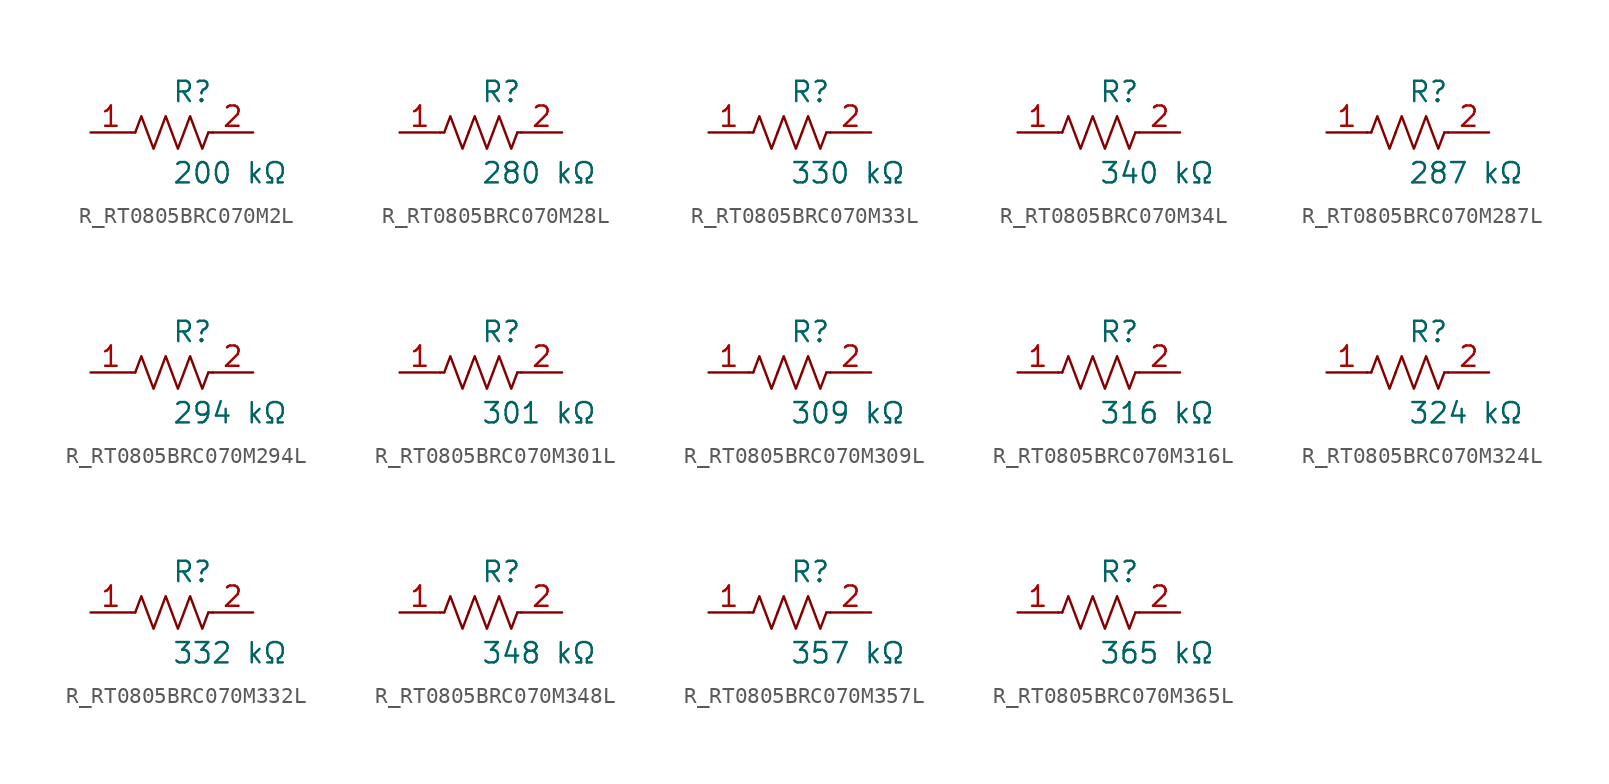
<source format=kicad_sym>
(kicad_symbol_lib
  (version 20231120)
  (generator kicad_symbol_editor)
  (generator_version 8.0)
  (symbol "R_RT0805BRC070M2L"
    (pin_names
      (offset 0.254))
    (property "Reference" "R"
      (at 0.0 2.54 0)
      (effects (font (size 1.27 1.27)) (justify left)))
    (property "Value" "200 kΩ"
      (at 0.0 -2.54 0)
      (effects (font (size 1.27 1.27)) (justify left)))
    (symbol "R_RT0805BRC070M2L_0_1"
      (polyline (pts (xy 2.286 0) (xy 2.54 0)) (stroke (width 0) (type default)) (fill (type none)))
      (polyline (pts (xy -2.286 0) (xy -2.54 0)) (stroke (width 0) (type default)) (fill (type none)))
      (polyline (pts (xy 0.762 0) (xy 1.143 1.016) (xy 1.524 0) (xy 1.905 -1.016) (xy 2.286 0)) (stroke (width 0) (type default)) (fill (type none)))
      (polyline (pts (xy -0.762 0) (xy -0.381 1.016) (xy 0 0) (xy 0.381 -1.016) (xy 0.762 0)) (stroke (width 0) (type default)) (fill (type none)))
      (polyline (pts (xy -2.286 0) (xy -1.905 1.016) (xy -1.524 0) (xy -1.143 -1.016) (xy -0.762 0)) (stroke (width 0) (type default)) (fill (type none))))
    (pin unspecified line
      (at -5.08 0 0)
      (length 2.54)
      (name "" (effects (font (size 1.27 1.27))))
      (number "1" (effects (font (size 1.27 1.27)))))
    (pin unspecified line
      (at 5.08 0 180)
      (length 2.54)
      (name "" (effects (font (size 1.27 1.27))))
      (number "2" (effects (font (size 1.27 1.27))))))
  (symbol "R_RT0805BRC070M28L"
    (pin_names
      (offset 0.254))
    (property "Reference" "R"
      (at 0.0 2.54 0)
      (effects (font (size 1.27 1.27)) (justify left)))
    (property "Value" "280 kΩ"
      (at 0.0 -2.54 0)
      (effects (font (size 1.27 1.27)) (justify left)))
    (symbol "R_RT0805BRC070M28L_0_1"
      (polyline (pts (xy 2.286 0) (xy 2.54 0)) (stroke (width 0) (type default)) (fill (type none)))
      (polyline (pts (xy -2.286 0) (xy -2.54 0)) (stroke (width 0) (type default)) (fill (type none)))
      (polyline (pts (xy 0.762 0) (xy 1.143 1.016) (xy 1.524 0) (xy 1.905 -1.016) (xy 2.286 0)) (stroke (width 0) (type default)) (fill (type none)))
      (polyline (pts (xy -0.762 0) (xy -0.381 1.016) (xy 0 0) (xy 0.381 -1.016) (xy 0.762 0)) (stroke (width 0) (type default)) (fill (type none)))
      (polyline (pts (xy -2.286 0) (xy -1.905 1.016) (xy -1.524 0) (xy -1.143 -1.016) (xy -0.762 0)) (stroke (width 0) (type default)) (fill (type none))))
    (pin unspecified line
      (at -5.08 0 0)
      (length 2.54)
      (name "" (effects (font (size 1.27 1.27))))
      (number "1" (effects (font (size 1.27 1.27)))))
    (pin unspecified line
      (at 5.08 0 180)
      (length 2.54)
      (name "" (effects (font (size 1.27 1.27))))
      (number "2" (effects (font (size 1.27 1.27))))))
  (symbol "R_RT0805BRC070M33L"
    (pin_names
      (offset 0.254))
    (property "Reference" "R"
      (at 0.0 2.54 0)
      (effects (font (size 1.27 1.27)) (justify left)))
    (property "Value" "330 kΩ"
      (at 0.0 -2.54 0)
      (effects (font (size 1.27 1.27)) (justify left)))
    (symbol "R_RT0805BRC070M33L_0_1"
      (polyline (pts (xy 2.286 0) (xy 2.54 0)) (stroke (width 0) (type default)) (fill (type none)))
      (polyline (pts (xy -2.286 0) (xy -2.54 0)) (stroke (width 0) (type default)) (fill (type none)))
      (polyline (pts (xy 0.762 0) (xy 1.143 1.016) (xy 1.524 0) (xy 1.905 -1.016) (xy 2.286 0)) (stroke (width 0) (type default)) (fill (type none)))
      (polyline (pts (xy -0.762 0) (xy -0.381 1.016) (xy 0 0) (xy 0.381 -1.016) (xy 0.762 0)) (stroke (width 0) (type default)) (fill (type none)))
      (polyline (pts (xy -2.286 0) (xy -1.905 1.016) (xy -1.524 0) (xy -1.143 -1.016) (xy -0.762 0)) (stroke (width 0) (type default)) (fill (type none))))
    (pin unspecified line
      (at -5.08 0 0)
      (length 2.54)
      (name "" (effects (font (size 1.27 1.27))))
      (number "1" (effects (font (size 1.27 1.27)))))
    (pin unspecified line
      (at 5.08 0 180)
      (length 2.54)
      (name "" (effects (font (size 1.27 1.27))))
      (number "2" (effects (font (size 1.27 1.27))))))
  (symbol "R_RT0805BRC070M34L"
    (pin_names
      (offset 0.254))
    (property "Reference" "R"
      (at 0.0 2.54 0)
      (effects (font (size 1.27 1.27)) (justify left)))
    (property "Value" "340 kΩ"
      (at 0.0 -2.54 0)
      (effects (font (size 1.27 1.27)) (justify left)))
    (symbol "R_RT0805BRC070M34L_0_1"
      (polyline (pts (xy 2.286 0) (xy 2.54 0)) (stroke (width 0) (type default)) (fill (type none)))
      (polyline (pts (xy -2.286 0) (xy -2.54 0)) (stroke (width 0) (type default)) (fill (type none)))
      (polyline (pts (xy 0.762 0) (xy 1.143 1.016) (xy 1.524 0) (xy 1.905 -1.016) (xy 2.286 0)) (stroke (width 0) (type default)) (fill (type none)))
      (polyline (pts (xy -0.762 0) (xy -0.381 1.016) (xy 0 0) (xy 0.381 -1.016) (xy 0.762 0)) (stroke (width 0) (type default)) (fill (type none)))
      (polyline (pts (xy -2.286 0) (xy -1.905 1.016) (xy -1.524 0) (xy -1.143 -1.016) (xy -0.762 0)) (stroke (width 0) (type default)) (fill (type none))))
    (pin unspecified line
      (at -5.08 0 0)
      (length 2.54)
      (name "" (effects (font (size 1.27 1.27))))
      (number "1" (effects (font (size 1.27 1.27)))))
    (pin unspecified line
      (at 5.08 0 180)
      (length 2.54)
      (name "" (effects (font (size 1.27 1.27))))
      (number "2" (effects (font (size 1.27 1.27))))))
  (symbol "R_RT0805BRC070M287L"
    (pin_names
      (offset 0.254))
    (property "Reference" "R"
      (at 0.0 2.54 0)
      (effects (font (size 1.27 1.27)) (justify left)))
    (property "Value" "287 kΩ"
      (at 0.0 -2.54 0)
      (effects (font (size 1.27 1.27)) (justify left)))
    (symbol "R_RT0805BRC070M287L_0_1"
      (polyline (pts (xy 2.286 0) (xy 2.54 0)) (stroke (width 0) (type default)) (fill (type none)))
      (polyline (pts (xy -2.286 0) (xy -2.54 0)) (stroke (width 0) (type default)) (fill (type none)))
      (polyline (pts (xy 0.762 0) (xy 1.143 1.016) (xy 1.524 0) (xy 1.905 -1.016) (xy 2.286 0)) (stroke (width 0) (type default)) (fill (type none)))
      (polyline (pts (xy -0.762 0) (xy -0.381 1.016) (xy 0 0) (xy 0.381 -1.016) (xy 0.762 0)) (stroke (width 0) (type default)) (fill (type none)))
      (polyline (pts (xy -2.286 0) (xy -1.905 1.016) (xy -1.524 0) (xy -1.143 -1.016) (xy -0.762 0)) (stroke (width 0) (type default)) (fill (type none))))
    (pin unspecified line
      (at -5.08 0 0)
      (length 2.54)
      (name "" (effects (font (size 1.27 1.27))))
      (number "1" (effects (font (size 1.27 1.27)))))
    (pin unspecified line
      (at 5.08 0 180)
      (length 2.54)
      (name "" (effects (font (size 1.27 1.27))))
      (number "2" (effects (font (size 1.27 1.27))))))
  (symbol "R_RT0805BRC070M294L"
    (pin_names
      (offset 0.254))
    (property "Reference" "R"
      (at 0.0 2.54 0)
      (effects (font (size 1.27 1.27)) (justify left)))
    (property "Value" "294 kΩ"
      (at 0.0 -2.54 0)
      (effects (font (size 1.27 1.27)) (justify left)))
    (symbol "R_RT0805BRC070M294L_0_1"
      (polyline (pts (xy 2.286 0) (xy 2.54 0)) (stroke (width 0) (type default)) (fill (type none)))
      (polyline (pts (xy -2.286 0) (xy -2.54 0)) (stroke (width 0) (type default)) (fill (type none)))
      (polyline (pts (xy 0.762 0) (xy 1.143 1.016) (xy 1.524 0) (xy 1.905 -1.016) (xy 2.286 0)) (stroke (width 0) (type default)) (fill (type none)))
      (polyline (pts (xy -0.762 0) (xy -0.381 1.016) (xy 0 0) (xy 0.381 -1.016) (xy 0.762 0)) (stroke (width 0) (type default)) (fill (type none)))
      (polyline (pts (xy -2.286 0) (xy -1.905 1.016) (xy -1.524 0) (xy -1.143 -1.016) (xy -0.762 0)) (stroke (width 0) (type default)) (fill (type none))))
    (pin unspecified line
      (at -5.08 0 0)
      (length 2.54)
      (name "" (effects (font (size 1.27 1.27))))
      (number "1" (effects (font (size 1.27 1.27)))))
    (pin unspecified line
      (at 5.08 0 180)
      (length 2.54)
      (name "" (effects (font (size 1.27 1.27))))
      (number "2" (effects (font (size 1.27 1.27))))))
  (symbol "R_RT0805BRC070M301L"
    (pin_names
      (offset 0.254))
    (property "Reference" "R"
      (at 0.0 2.54 0)
      (effects (font (size 1.27 1.27)) (justify left)))
    (property "Value" "301 kΩ"
      (at 0.0 -2.54 0)
      (effects (font (size 1.27 1.27)) (justify left)))
    (symbol "R_RT0805BRC070M301L_0_1"
      (polyline (pts (xy 2.286 0) (xy 2.54 0)) (stroke (width 0) (type default)) (fill (type none)))
      (polyline (pts (xy -2.286 0) (xy -2.54 0)) (stroke (width 0) (type default)) (fill (type none)))
      (polyline (pts (xy 0.762 0) (xy 1.143 1.016) (xy 1.524 0) (xy 1.905 -1.016) (xy 2.286 0)) (stroke (width 0) (type default)) (fill (type none)))
      (polyline (pts (xy -0.762 0) (xy -0.381 1.016) (xy 0 0) (xy 0.381 -1.016) (xy 0.762 0)) (stroke (width 0) (type default)) (fill (type none)))
      (polyline (pts (xy -2.286 0) (xy -1.905 1.016) (xy -1.524 0) (xy -1.143 -1.016) (xy -0.762 0)) (stroke (width 0) (type default)) (fill (type none))))
    (pin unspecified line
      (at -5.08 0 0)
      (length 2.54)
      (name "" (effects (font (size 1.27 1.27))))
      (number "1" (effects (font (size 1.27 1.27)))))
    (pin unspecified line
      (at 5.08 0 180)
      (length 2.54)
      (name "" (effects (font (size 1.27 1.27))))
      (number "2" (effects (font (size 1.27 1.27))))))
  (symbol "R_RT0805BRC070M309L"
    (pin_names
      (offset 0.254))
    (property "Reference" "R"
      (at 0.0 2.54 0)
      (effects (font (size 1.27 1.27)) (justify left)))
    (property "Value" "309 kΩ"
      (at 0.0 -2.54 0)
      (effects (font (size 1.27 1.27)) (justify left)))
    (symbol "R_RT0805BRC070M309L_0_1"
      (polyline (pts (xy 2.286 0) (xy 2.54 0)) (stroke (width 0) (type default)) (fill (type none)))
      (polyline (pts (xy -2.286 0) (xy -2.54 0)) (stroke (width 0) (type default)) (fill (type none)))
      (polyline (pts (xy 0.762 0) (xy 1.143 1.016) (xy 1.524 0) (xy 1.905 -1.016) (xy 2.286 0)) (stroke (width 0) (type default)) (fill (type none)))
      (polyline (pts (xy -0.762 0) (xy -0.381 1.016) (xy 0 0) (xy 0.381 -1.016) (xy 0.762 0)) (stroke (width 0) (type default)) (fill (type none)))
      (polyline (pts (xy -2.286 0) (xy -1.905 1.016) (xy -1.524 0) (xy -1.143 -1.016) (xy -0.762 0)) (stroke (width 0) (type default)) (fill (type none))))
    (pin unspecified line
      (at -5.08 0 0)
      (length 2.54)
      (name "" (effects (font (size 1.27 1.27))))
      (number "1" (effects (font (size 1.27 1.27)))))
    (pin unspecified line
      (at 5.08 0 180)
      (length 2.54)
      (name "" (effects (font (size 1.27 1.27))))
      (number "2" (effects (font (size 1.27 1.27))))))
  (symbol "R_RT0805BRC070M316L"
    (pin_names
      (offset 0.254))
    (property "Reference" "R"
      (at 0.0 2.54 0)
      (effects (font (size 1.27 1.27)) (justify left)))
    (property "Value" "316 kΩ"
      (at 0.0 -2.54 0)
      (effects (font (size 1.27 1.27)) (justify left)))
    (symbol "R_RT0805BRC070M316L_0_1"
      (polyline (pts (xy 2.286 0) (xy 2.54 0)) (stroke (width 0) (type default)) (fill (type none)))
      (polyline (pts (xy -2.286 0) (xy -2.54 0)) (stroke (width 0) (type default)) (fill (type none)))
      (polyline (pts (xy 0.762 0) (xy 1.143 1.016) (xy 1.524 0) (xy 1.905 -1.016) (xy 2.286 0)) (stroke (width 0) (type default)) (fill (type none)))
      (polyline (pts (xy -0.762 0) (xy -0.381 1.016) (xy 0 0) (xy 0.381 -1.016) (xy 0.762 0)) (stroke (width 0) (type default)) (fill (type none)))
      (polyline (pts (xy -2.286 0) (xy -1.905 1.016) (xy -1.524 0) (xy -1.143 -1.016) (xy -0.762 0)) (stroke (width 0) (type default)) (fill (type none))))
    (pin unspecified line
      (at -5.08 0 0)
      (length 2.54)
      (name "" (effects (font (size 1.27 1.27))))
      (number "1" (effects (font (size 1.27 1.27)))))
    (pin unspecified line
      (at 5.08 0 180)
      (length 2.54)
      (name "" (effects (font (size 1.27 1.27))))
      (number "2" (effects (font (size 1.27 1.27))))))
  (symbol "R_RT0805BRC070M324L"
    (pin_names
      (offset 0.254))
    (property "Reference" "R"
      (at 0.0 2.54 0)
      (effects (font (size 1.27 1.27)) (justify left)))
    (property "Value" "324 kΩ"
      (at 0.0 -2.54 0)
      (effects (font (size 1.27 1.27)) (justify left)))
    (symbol "R_RT0805BRC070M324L_0_1"
      (polyline (pts (xy 2.286 0) (xy 2.54 0)) (stroke (width 0) (type default)) (fill (type none)))
      (polyline (pts (xy -2.286 0) (xy -2.54 0)) (stroke (width 0) (type default)) (fill (type none)))
      (polyline (pts (xy 0.762 0) (xy 1.143 1.016) (xy 1.524 0) (xy 1.905 -1.016) (xy 2.286 0)) (stroke (width 0) (type default)) (fill (type none)))
      (polyline (pts (xy -0.762 0) (xy -0.381 1.016) (xy 0 0) (xy 0.381 -1.016) (xy 0.762 0)) (stroke (width 0) (type default)) (fill (type none)))
      (polyline (pts (xy -2.286 0) (xy -1.905 1.016) (xy -1.524 0) (xy -1.143 -1.016) (xy -0.762 0)) (stroke (width 0) (type default)) (fill (type none))))
    (pin unspecified line
      (at -5.08 0 0)
      (length 2.54)
      (name "" (effects (font (size 1.27 1.27))))
      (number "1" (effects (font (size 1.27 1.27)))))
    (pin unspecified line
      (at 5.08 0 180)
      (length 2.54)
      (name "" (effects (font (size 1.27 1.27))))
      (number "2" (effects (font (size 1.27 1.27))))))
  (symbol "R_RT0805BRC070M332L"
    (pin_names
      (offset 0.254))
    (property "Reference" "R"
      (at 0.0 2.54 0)
      (effects (font (size 1.27 1.27)) (justify left)))
    (property "Value" "332 kΩ"
      (at 0.0 -2.54 0)
      (effects (font (size 1.27 1.27)) (justify left)))
    (symbol "R_RT0805BRC070M332L_0_1"
      (polyline (pts (xy 2.286 0) (xy 2.54 0)) (stroke (width 0) (type default)) (fill (type none)))
      (polyline (pts (xy -2.286 0) (xy -2.54 0)) (stroke (width 0) (type default)) (fill (type none)))
      (polyline (pts (xy 0.762 0) (xy 1.143 1.016) (xy 1.524 0) (xy 1.905 -1.016) (xy 2.286 0)) (stroke (width 0) (type default)) (fill (type none)))
      (polyline (pts (xy -0.762 0) (xy -0.381 1.016) (xy 0 0) (xy 0.381 -1.016) (xy 0.762 0)) (stroke (width 0) (type default)) (fill (type none)))
      (polyline (pts (xy -2.286 0) (xy -1.905 1.016) (xy -1.524 0) (xy -1.143 -1.016) (xy -0.762 0)) (stroke (width 0) (type default)) (fill (type none))))
    (pin unspecified line
      (at -5.08 0 0)
      (length 2.54)
      (name "" (effects (font (size 1.27 1.27))))
      (number "1" (effects (font (size 1.27 1.27)))))
    (pin unspecified line
      (at 5.08 0 180)
      (length 2.54)
      (name "" (effects (font (size 1.27 1.27))))
      (number "2" (effects (font (size 1.27 1.27))))))
  (symbol "R_RT0805BRC070M348L"
    (pin_names
      (offset 0.254))
    (property "Reference" "R"
      (at 0.0 2.54 0)
      (effects (font (size 1.27 1.27)) (justify left)))
    (property "Value" "348 kΩ"
      (at 0.0 -2.54 0)
      (effects (font (size 1.27 1.27)) (justify left)))
    (symbol "R_RT0805BRC070M348L_0_1"
      (polyline (pts (xy 2.286 0) (xy 2.54 0)) (stroke (width 0) (type default)) (fill (type none)))
      (polyline (pts (xy -2.286 0) (xy -2.54 0)) (stroke (width 0) (type default)) (fill (type none)))
      (polyline (pts (xy 0.762 0) (xy 1.143 1.016) (xy 1.524 0) (xy 1.905 -1.016) (xy 2.286 0)) (stroke (width 0) (type default)) (fill (type none)))
      (polyline (pts (xy -0.762 0) (xy -0.381 1.016) (xy 0 0) (xy 0.381 -1.016) (xy 0.762 0)) (stroke (width 0) (type default)) (fill (type none)))
      (polyline (pts (xy -2.286 0) (xy -1.905 1.016) (xy -1.524 0) (xy -1.143 -1.016) (xy -0.762 0)) (stroke (width 0) (type default)) (fill (type none))))
    (pin unspecified line
      (at -5.08 0 0)
      (length 2.54)
      (name "" (effects (font (size 1.27 1.27))))
      (number "1" (effects (font (size 1.27 1.27)))))
    (pin unspecified line
      (at 5.08 0 180)
      (length 2.54)
      (name "" (effects (font (size 1.27 1.27))))
      (number "2" (effects (font (size 1.27 1.27))))))
  (symbol "R_RT0805BRC070M357L"
    (pin_names
      (offset 0.254))
    (property "Reference" "R"
      (at 0.0 2.54 0)
      (effects (font (size 1.27 1.27)) (justify left)))
    (property "Value" "357 kΩ"
      (at 0.0 -2.54 0)
      (effects (font (size 1.27 1.27)) (justify left)))
    (symbol "R_RT0805BRC070M357L_0_1"
      (polyline (pts (xy 2.286 0) (xy 2.54 0)) (stroke (width 0) (type default)) (fill (type none)))
      (polyline (pts (xy -2.286 0) (xy -2.54 0)) (stroke (width 0) (type default)) (fill (type none)))
      (polyline (pts (xy 0.762 0) (xy 1.143 1.016) (xy 1.524 0) (xy 1.905 -1.016) (xy 2.286 0)) (stroke (width 0) (type default)) (fill (type none)))
      (polyline (pts (xy -0.762 0) (xy -0.381 1.016) (xy 0 0) (xy 0.381 -1.016) (xy 0.762 0)) (stroke (width 0) (type default)) (fill (type none)))
      (polyline (pts (xy -2.286 0) (xy -1.905 1.016) (xy -1.524 0) (xy -1.143 -1.016) (xy -0.762 0)) (stroke (width 0) (type default)) (fill (type none))))
    (pin unspecified line
      (at -5.08 0 0)
      (length 2.54)
      (name "" (effects (font (size 1.27 1.27))))
      (number "1" (effects (font (size 1.27 1.27)))))
    (pin unspecified line
      (at 5.08 0 180)
      (length 2.54)
      (name "" (effects (font (size 1.27 1.27))))
      (number "2" (effects (font (size 1.27 1.27))))))
  (symbol "R_RT0805BRC070M365L"
    (pin_names
      (offset 0.254))
    (property "Reference" "R"
      (at 0.0 2.54 0)
      (effects (font (size 1.27 1.27)) (justify left)))
    (property "Value" "365 kΩ"
      (at 0.0 -2.54 0)
      (effects (font (size 1.27 1.27)) (justify left)))
    (symbol "R_RT0805BRC070M365L_0_1"
      (polyline (pts (xy 2.286 0) (xy 2.54 0)) (stroke (width 0) (type default)) (fill (type none)))
      (polyline (pts (xy -2.286 0) (xy -2.54 0)) (stroke (width 0) (type default)) (fill (type none)))
      (polyline (pts (xy 0.762 0) (xy 1.143 1.016) (xy 1.524 0) (xy 1.905 -1.016) (xy 2.286 0)) (stroke (width 0) (type default)) (fill (type none)))
      (polyline (pts (xy -0.762 0) (xy -0.381 1.016) (xy 0 0) (xy 0.381 -1.016) (xy 0.762 0)) (stroke (width 0) (type default)) (fill (type none)))
      (polyline (pts (xy -2.286 0) (xy -1.905 1.016) (xy -1.524 0) (xy -1.143 -1.016) (xy -0.762 0)) (stroke (width 0) (type default)) (fill (type none))))
    (pin unspecified line
      (at -5.08 0 0)
      (length 2.54)
      (name "" (effects (font (size 1.27 1.27))))
      (number "1" (effects (font (size 1.27 1.27)))))
    (pin unspecified line
      (at 5.08 0 180)
      (length 2.54)
      (name "" (effects (font (size 1.27 1.27))))
      (number "2" (effects (font (size 1.27 1.27)))))))
</source>
